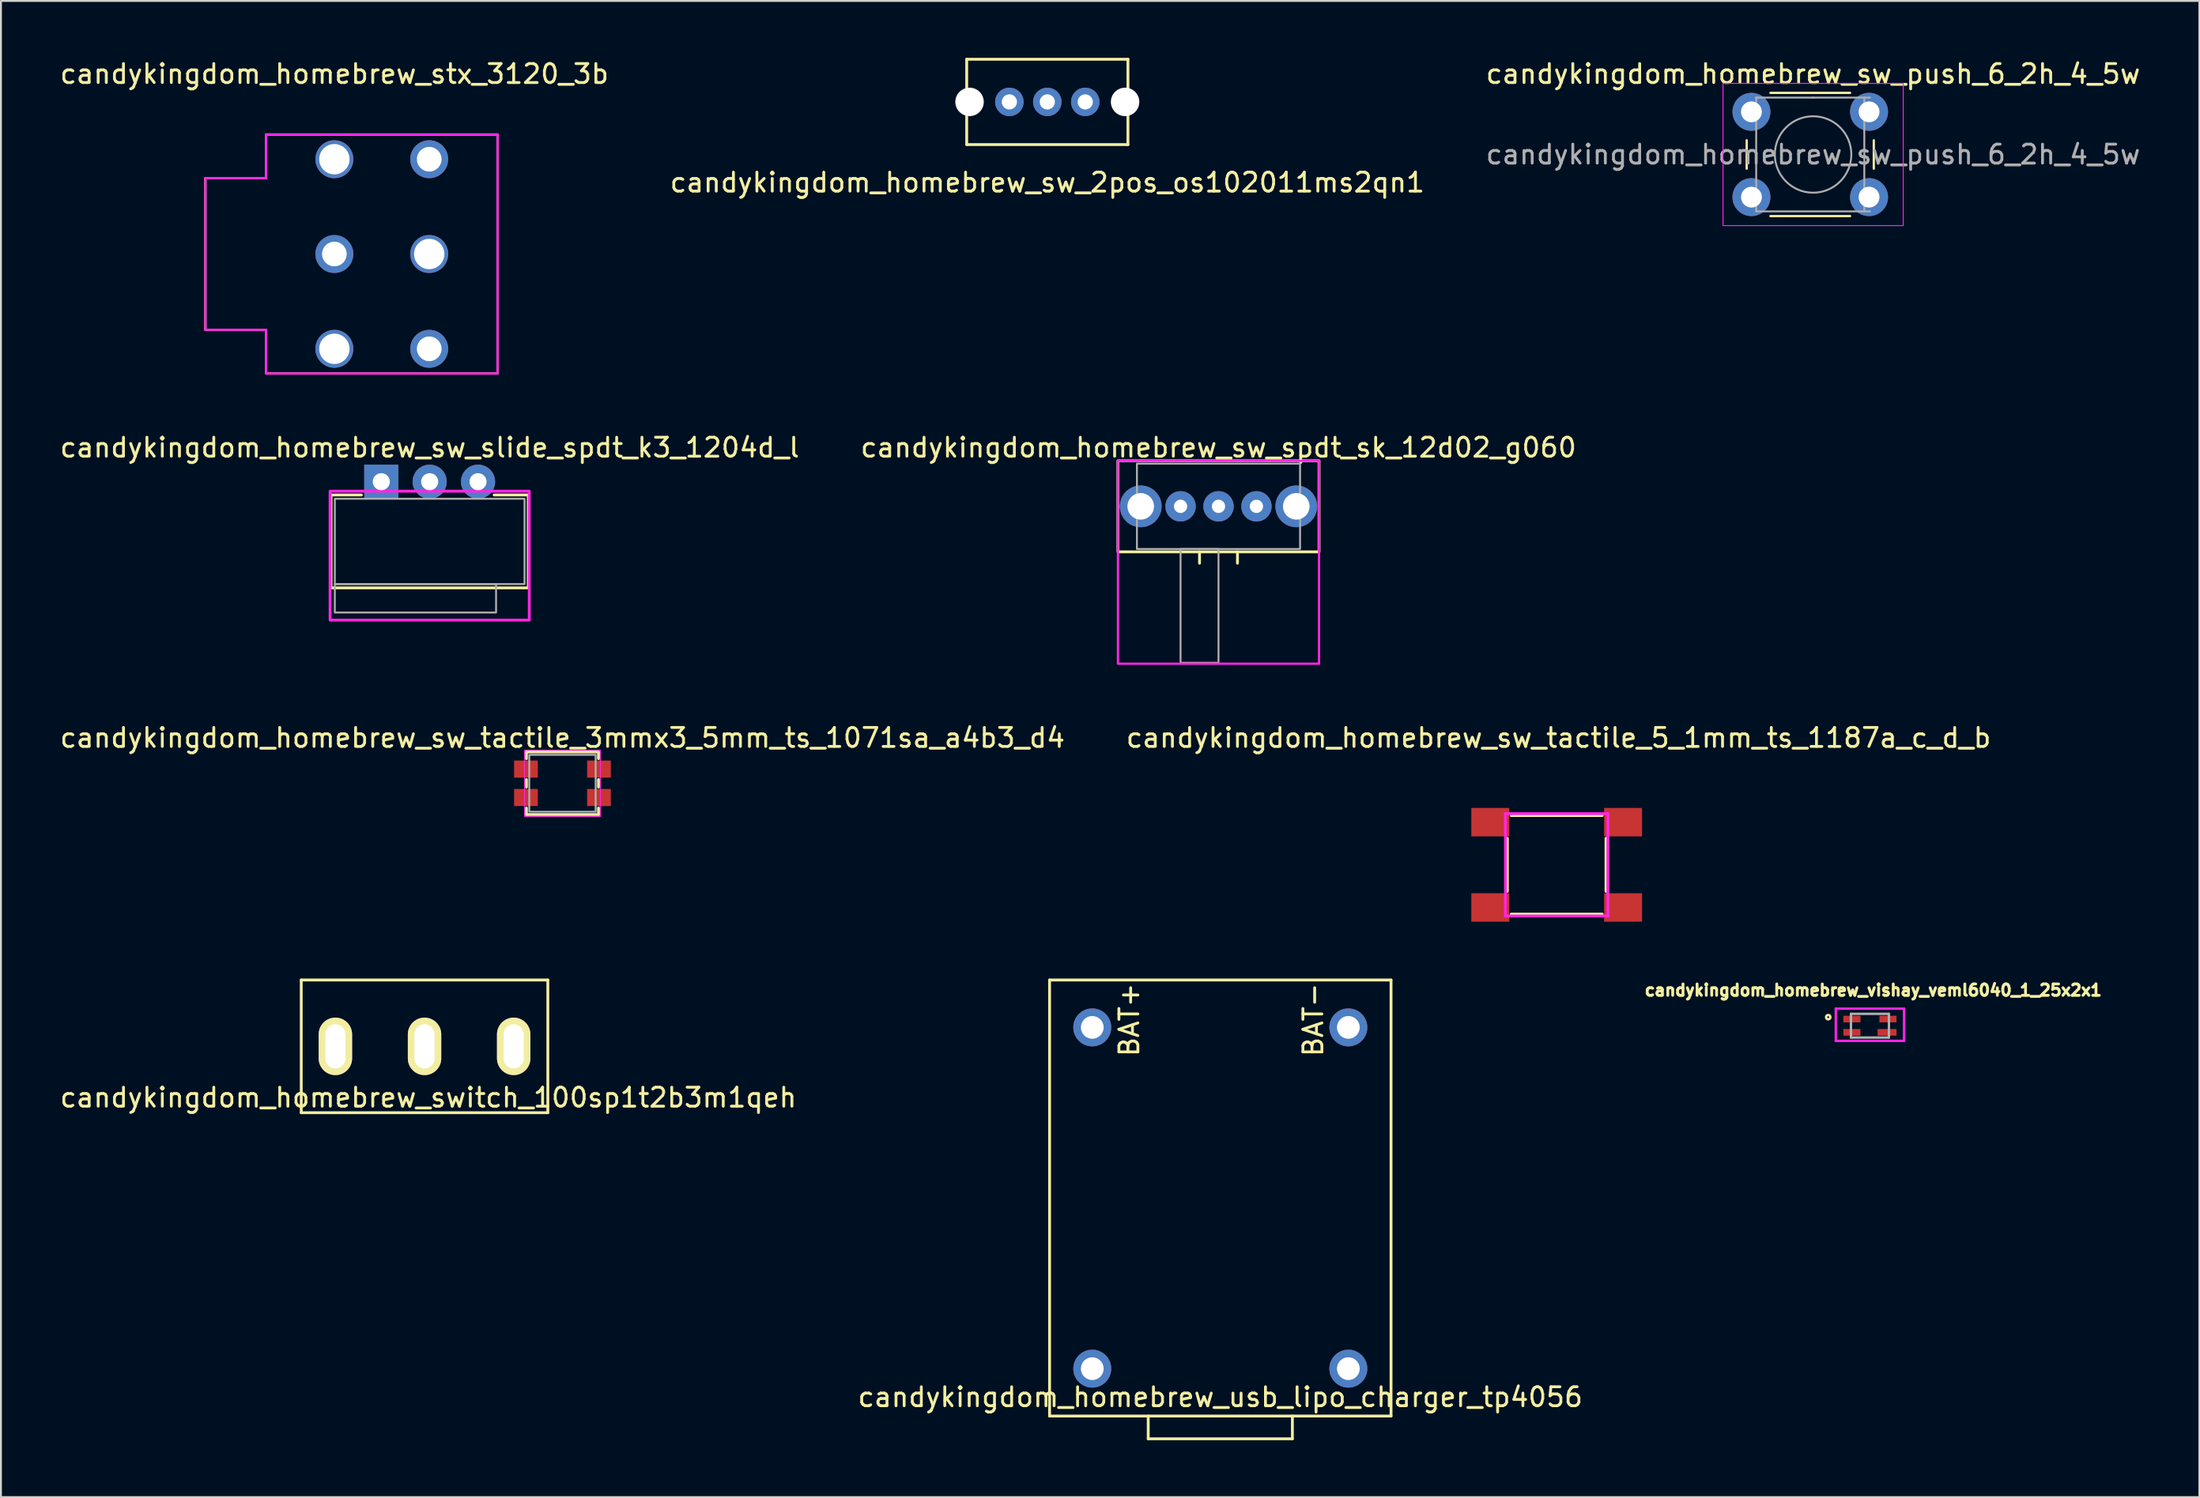
<source format=kicad_pcb>
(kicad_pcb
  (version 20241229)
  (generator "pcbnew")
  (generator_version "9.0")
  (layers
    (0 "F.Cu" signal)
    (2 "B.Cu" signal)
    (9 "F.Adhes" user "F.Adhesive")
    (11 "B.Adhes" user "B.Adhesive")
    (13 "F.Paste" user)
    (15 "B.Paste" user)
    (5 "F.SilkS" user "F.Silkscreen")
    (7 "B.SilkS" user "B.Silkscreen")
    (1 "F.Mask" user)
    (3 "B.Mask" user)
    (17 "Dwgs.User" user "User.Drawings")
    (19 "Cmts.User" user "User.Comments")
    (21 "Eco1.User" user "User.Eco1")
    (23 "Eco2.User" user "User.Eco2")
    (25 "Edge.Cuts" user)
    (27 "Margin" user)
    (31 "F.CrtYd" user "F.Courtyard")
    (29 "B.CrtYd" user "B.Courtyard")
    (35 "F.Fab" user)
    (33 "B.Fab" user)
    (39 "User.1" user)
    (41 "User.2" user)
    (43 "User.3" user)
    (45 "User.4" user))
  (footprint "candykingdom_homebrew_stx_3120_3b"
    (layer "F.Cu")
    (at 14.577 10.348)
    (property "Reference" "candykingdom_homebrew_stx_3120_3b" (at 0 -9.5 0) (layer "F.SilkS") (effects (font (size 1 1) (thickness 0.15))))
    (attr through_hole)
    (fp_line (start -6.8 -4) (end -3.6 -4) (stroke (width 0.12) (type solid)) (layer "F.SilkS"))
    (fp_line (start -6.8 4) (end -6.8 -4) (stroke (width 0.12) (type solid)) (layer "F.SilkS"))
    (fp_line (start -6.8 4) (end -3.6 4) (stroke (width 0.12) (type solid)) (layer "F.SilkS"))
    (fp_line (start -3.6 -6.3) (end 8.6 -6.3) (stroke (width 0.12) (type solid)) (layer "F.SilkS"))
    (fp_line (start -3.6 -4) (end -3.6 -6.3) (stroke (width 0.12) (type solid)) (layer "F.SilkS"))
    (fp_line (start -3.6 4) (end -3.6 6.3) (stroke (width 0.12) (type solid)) (layer "F.SilkS"))
    (fp_line (start -3.6 6.3) (end 8.6 6.3) (stroke (width 0.12) (type solid)) (layer "F.SilkS"))
    (fp_line (start 8.6 -6.3) (end 8.6 6.3) (stroke (width 0.12) (type solid)) (layer "F.SilkS"))
    (fp_line (start -6.8 -4) (end -3.6 -4) (stroke (width 0.12) (type solid)) (layer "F.CrtYd"))
    (fp_line (start -6.8 4) (end -6.8 -4) (stroke (width 0.12) (type solid)) (layer "F.CrtYd"))
    (fp_line (start -6.8 4) (end -3.6 4) (stroke (width 0.12) (type solid)) (layer "F.CrtYd"))
    (fp_line (start -3.6 -6.3) (end 8.6 -6.3) (stroke (width 0.12) (type solid)) (layer "F.CrtYd"))
    (fp_line (start -3.6 -4) (end -3.6 -6.3) (stroke (width 0.12) (type solid)) (layer "F.CrtYd"))
    (fp_line (start -3.6 4) (end -3.6 6.3) (stroke (width 0.12) (type solid)) (layer "F.CrtYd"))
    (fp_line (start -3.6 6.3) (end 8.6 6.3) (stroke (width 0.12) (type solid)) (layer "F.CrtYd"))
    (fp_line (start 8.6 -6.3) (end 8.6 6.3) (stroke (width 0.12) (type solid)) (layer "F.CrtYd"))
    (pad "R" thru_hole circle (at 5 -5) (size 2 2) (drill 1.3) (layers "*.Cu" "*.Mask"))
    (pad "S" thru_hole circle (at 0 0) (size 2 2) (drill 1.3) (layers "*.Cu" "*.Mask"))
    (pad "T" thru_hole circle (at 5 5) (size 2 2) (drill 1.3) (layers "*.Cu" "*.Mask"))
    (pad "~" thru_hole circle (at 0 -5) (size 2 2) (drill 1.6) (layers "*.Cu" "*.Mask"))
    (pad "~" thru_hole circle (at 0 5) (size 2 2) (drill 1.6) (layers "*.Cu" "*.Mask"))
    (pad "~" thru_hole circle (at 5 0) (size 2 2) (drill 1.6) (layers "*.Cu" "*.Mask")))
  (footprint "candykingdom_homebrew_sw_2pos_os102011ms2qn1"
    (layer "F.Cu")
    (at 52.161 2.325)
    (property "Reference" "candykingdom_homebrew_sw_2pos_os102011ms2qn1" (at 0 4.25 0) (layer "F.SilkS") (effects (font (size 1 1) (thickness 0.15))))
    (attr through_hole)
    (fp_line (start -4.25 -2.25) (end -4.25 2.25) (stroke (width 0.15) (type solid)) (layer "F.SilkS"))
    (fp_line (start -4.25 -2.25) (end 4.25 -2.25) (stroke (width 0.15) (type solid)) (layer "F.SilkS"))
    (fp_line (start -4.25 2.25) (end 4.25 2.25) (stroke (width 0.15) (type solid)) (layer "F.SilkS"))
    (fp_line (start 4.25 -2.25) (end 4.25 2.25) (stroke (width 0.15) (type solid)) (layer "F.SilkS"))
    (pad "" np_thru_hole circle (at -4.1 0) (size 1.5 1.5) (drill 1.5) (layers "*.Cu" "*.Mask"))
    (pad "" np_thru_hole circle (at 4.1 0) (size 1.5 1.5) (drill 1.5) (layers "*.Cu" "*.Mask"))
    (pad "1" thru_hole circle (at -2 0) (size 1.5 1.5) (drill 0.8) (layers "*.Cu" "*.Mask"))
    (pad "2" thru_hole circle (at 0 0) (size 1.5 1.5) (drill 0.8) (layers "*.Cu" "*.Mask"))
    (pad "3" thru_hole circle (at 2 0) (size 1.5 1.5) (drill 0.8) (layers "*.Cu" "*.Mask")))
  (footprint "candykingdom_homebrew_sw_slide_spdt_k3_1204d_l"
    (layer "F.Cu")
    (at 19.601 22.357)
    (property "Reference" "candykingdom_homebrew_sw_slide_spdt_k3_1204d_l" (at 0 -1.8 0) (unlocked yes) (layer "F.SilkS") (effects (font (size 1 1) (thickness 0.15))))
    (attr through_hole)
    (fp_line (start -5.2 0.7) (end -5.2 5.6) (stroke (width 0.15) (type default)) (layer "F.SilkS"))
    (fp_line (start -5.2 5.6) (end 5.2 5.6) (stroke (width 0.15) (type default)) (layer "F.SilkS"))
    (fp_line (start -3.6 0.7) (end -5.2 0.7) (stroke (width 0.15) (type default)) (layer "F.SilkS"))
    (fp_line (start 5.2 0.7) (end 3.4 0.7) (stroke (width 0.15) (type default)) (layer "F.SilkS"))
    (fp_line (start 5.2 5.6) (end 5.2 0.7) (stroke (width 0.15) (type default)) (layer "F.SilkS"))
    (fp_rect (start -5.25 0.5) (end 5.25 7.3) (stroke (width 0.15) (type default)) (fill no) (layer "F.CrtYd"))
    (fp_rect (start -5 0.9) (end 5 5.4) (stroke (width 0.1) (type solid)) (fill no) (layer "F.Fab"))
    (fp_rect (start -5 5.4) (end 3.5 6.9) (stroke (width 0.1) (type default)) (fill no) (layer "F.Fab"))
    (pad "1" thru_hole rect (at -2.55 0) (size 1.8 1.8) (drill 0.9) (layers "*.Cu" "*.Mask"))
    (pad "2" thru_hole circle (at 0 0) (size 1.8 1.8) (drill 0.9) (layers "*.Cu" "*.Mask"))
    (pad "3" thru_hole circle (at 2.55 0) (size 1.8 1.8) (drill 0.9) (layers "*.Cu" "*.Mask")))
  (footprint "candykingdom_homebrew_usb_lipo_charger_tp4056"
    (layer "F.Cu")
    (at 61.28 60.14)
    (property "Reference" "candykingdom_homebrew_usb_lipo_charger_tp4056" (at 0 10.5 0) (layer "F.SilkS") (effects (font (size 1 1) (thickness 0.15))))
    (attr through_hole)
    (fp_line (start -9 -11.5) (end -9 11.5) (stroke (width 0.15) (type solid)) (layer "F.SilkS"))
    (fp_line (start -9 11.5) (end 9 11.5) (stroke (width 0.15) (type solid)) (layer "F.SilkS"))
    (fp_line (start -3.8 11.5) (end -3.8 12.7) (stroke (width 0.15) (type solid)) (layer "F.SilkS"))
    (fp_line (start -3.8 12.7) (end 3.8 12.7) (stroke (width 0.15) (type solid)) (layer "F.SilkS"))
    (fp_line (start 3.8 12.7) (end 3.8 11.5) (stroke (width 0.15) (type solid)) (layer "F.SilkS"))
    (fp_line (start 9 -11.5) (end -9 -11.5) (stroke (width 0.15) (type solid)) (layer "F.SilkS"))
    (fp_line (start 9 11.5) (end 9 -11.5) (stroke (width 0.15) (type solid)) (layer "F.SilkS"))
    (fp_text user "BAT+" (at -4.8 -9.4 90) (layer "F.SilkS") (effects (font (size 1 1) (thickness 0.15))))
    (fp_text user "BAT-" (at 4.9 -9.4 90) (layer "F.SilkS") (effects (font (size 1 1) (thickness 0.15))))
    (pad "1" thru_hole circle (at -6.75 -9) (size 2 2) (drill 1.2) (layers "*.Cu" "*.Mask"))
    (pad "2" thru_hole circle (at 6.75 -9) (size 2 2) (drill 1.2) (layers "*.Cu" "*.Mask"))
    (pad "~" thru_hole circle (at -6.75 9) (size 2 2) (drill 1.2) (layers "*.Cu" "*.Mask"))
    (pad "~" thru_hole circle (at 6.75 9) (size 2 2) (drill 1.2) (layers "*.Cu" "*.Mask")))
  (footprint "candykingdom_homebrew_sw_tactile_5_1mm_ts_1187a_c_d_b"
    (layer "F.Cu")
    (at 79.013 42.565)
    (property "Reference" "candykingdom_homebrew_sw_tactile_5_1mm_ts_1187a_c_d_b" (at 0.1 -6.7 0) (layer "F.SilkS") (effects (font (size 1 1) (thickness 0.15))))
    (attr smd)
    (fp_line (start -2.6 1.4) (end -2.6 -1.4) (stroke (width 0.15) (type solid)) (layer "F.SilkS"))
    (fp_line (start -2.4 -2.6) (end 2.4 -2.6) (stroke (width 0.15) (type solid)) (layer "F.SilkS"))
    (fp_line (start 2.4 2.6) (end -2.4 2.6) (stroke (width 0.15) (type solid)) (layer "F.SilkS"))
    (fp_line (start 2.6 -1.4) (end 2.6 1.4) (stroke (width 0.15) (type solid)) (layer "F.SilkS"))
    (fp_line (start -2.7 -2.7) (end 2.7 -2.7) (stroke (width 0.15) (type solid)) (layer "F.CrtYd"))
    (fp_line (start -2.7 2.7) (end -2.7 -2.7) (stroke (width 0.15) (type solid)) (layer "F.CrtYd"))
    (fp_line (start 2.7 -2.7) (end 2.7 2.7) (stroke (width 0.15) (type solid)) (layer "F.CrtYd"))
    (fp_line (start 2.7 2.7) (end -2.7 2.7) (stroke (width 0.15) (type solid)) (layer "F.CrtYd"))
    (pad "1" smd rect (at -3.5 -2.25) (size 2 1.5) (layers "F.Cu" "F.Mask" "F.Paste"))
    (pad "1" smd rect (at 3.5 -2.25) (size 2 1.5) (layers "F.Cu" "F.Mask" "F.Paste"))
    (pad "2" smd rect (at -3.5 2.25) (size 2 1.5) (layers "F.Cu" "F.Mask" "F.Paste"))
    (pad "2" smd rect (at 3.5 2.25) (size 2 1.5) (layers "F.Cu" "F.Mask" "F.Paste")))
  (footprint "candykingdom_homebrew_vishay_veml6040_1_25x2x1"
    (layer "F.Cu")
    (at 95.527 51.051)
    (property "Reference" "candykingdom_homebrew_vishay_veml6040_1_25x2x1" (at 0.173 -1.872 0) (layer "F.SilkS") (effects (font (size 0.6 0.6) (thickness 0.15))))
    (attr smd)
    (fp_circle (center -2.2 -0.45) (end -2.15 -0.45) (stroke (width 0.127) (type solid)) (fill no) (layer "F.SilkS"))
    (fp_line (start -1.8 -0.9) (end 1.8 -0.9) (stroke (width 0.127) (type solid)) (layer "F.CrtYd"))
    (fp_line (start -1.8 0.8) (end -1.8 -0.9) (stroke (width 0.127) (type solid)) (layer "F.CrtYd"))
    (fp_line (start 1.8 -0.9) (end 1.8 0.8) (stroke (width 0.127) (type solid)) (layer "F.CrtYd"))
    (fp_line (start 1.8 0.8) (end -1.8 0.8) (stroke (width 0.127) (type solid)) (layer "F.CrtYd"))
    (fp_line (start -1 -0.625) (end 1 -0.625) (stroke (width 0.127) (type solid)) (layer "F.Fab"))
    (fp_line (start -1 0.625) (end -1 -0.625) (stroke (width 0.127) (type solid)) (layer "F.Fab"))
    (fp_line (start 1 -0.625) (end 1 0.625) (stroke (width 0.127) (type solid)) (layer "F.Fab"))
    (fp_line (start 1 0.625) (end -1 0.625) (stroke (width 0.127) (type solid)) (layer "F.Fab"))
    (pad "1" smd rect (at -0.95 -0.35) (size 0.9 0.35) (layers "F.Cu" "F.Mask" "F.Paste"))
    (pad "2" smd rect (at -0.95 0.35) (size 0.9 0.35) (layers "F.Cu" "F.Mask" "F.Paste"))
    (pad "3" smd rect (at 0.9 0.35 270) (size 0.35 1) (layers "F.Cu" "F.Mask" "F.Paste"))
    (pad "4" smd rect (at 0.95 -0.35) (size 0.9 0.35) (layers "F.Cu" "F.Mask" "F.Paste")))
  (footprint "candykingdom_homebrew_sw_push_6_2h_4_5w"
    (layer "F.Cu")
    (at 89.28 2.848)
    (property "Reference" "candykingdom_homebrew_sw_push_6_2h_4_5w" (at 3.25 -2 0) (layer "F.SilkS") (effects (font (size 1 1) (thickness 0.15))))
    (attr through_hole)
    (fp_line (start -0.25 1.5) (end -0.25 3) (stroke (width 0.12) (type solid)) (layer "F.SilkS"))
    (fp_line (start 1 5.5) (end 5.2 5.5) (stroke (width 0.12) (type solid)) (layer "F.SilkS"))
    (fp_line (start 5.2 -1) (end 1 -1) (stroke (width 0.12) (type solid)) (layer "F.SilkS"))
    (fp_line (start 6.45 3) (end 6.45 1.5) (stroke (width 0.12) (type solid)) (layer "F.SilkS"))
    (fp_line (start -1.5 -1.5) (end -1.25 -1.5) (stroke (width 0.05) (type solid)) (layer "F.CrtYd"))
    (fp_line (start -1.5 -1.25) (end -1.5 -1.5) (stroke (width 0.05) (type solid)) (layer "F.CrtYd"))
    (fp_line (start -1.5 5.75) (end -1.5 -1.25) (stroke (width 0.05) (type solid)) (layer "F.CrtYd"))
    (fp_line (start -1.5 5.75) (end -1.5 6) (stroke (width 0.05) (type solid)) (layer "F.CrtYd"))
    (fp_line (start -1.5 6) (end -1.25 6) (stroke (width 0.05) (type solid)) (layer "F.CrtYd"))
    (fp_line (start -1.25 -1.5) (end 7.75 -1.5) (stroke (width 0.05) (type solid)) (layer "F.CrtYd"))
    (fp_line (start 7.75 -1.5) (end 8 -1.5) (stroke (width 0.05) (type solid)) (layer "F.CrtYd"))
    (fp_line (start 7.75 6) (end -1.25 6) (stroke (width 0.05) (type solid)) (layer "F.CrtYd"))
    (fp_line (start 7.75 6) (end 8 6) (stroke (width 0.05) (type solid)) (layer "F.CrtYd"))
    (fp_line (start 8 -1.5) (end 8 -1.25) (stroke (width 0.05) (type solid)) (layer "F.CrtYd"))
    (fp_line (start 8 -1.25) (end 8 5.75) (stroke (width 0.05) (type solid)) (layer "F.CrtYd"))
    (fp_line (start 8 6) (end 8 5.75) (stroke (width 0.05) (type solid)) (layer "F.CrtYd"))
    (fp_line (start 0.25 -0.75) (end 3.25 -0.75) (stroke (width 0.1) (type solid)) (layer "F.Fab"))
    (fp_line (start 0.25 5.25) (end 0.25 -0.75) (stroke (width 0.1) (type solid)) (layer "F.Fab"))
    (fp_line (start 3.25 -0.75) (end 6.25 -0.75) (stroke (width 0.1) (type solid)) (layer "F.Fab"))
    (fp_line (start 5.95 -0.75) (end 5.95 5.25) (stroke (width 0.1) (type solid)) (layer "F.Fab"))
    (fp_line (start 6.25 5.25) (end 0.25 5.25) (stroke (width 0.1) (type solid)) (layer "F.Fab"))
    (fp_circle (center 3.25 2.25) (end 1.25 2.5) (stroke (width 0.1) (type solid)) (fill no) (layer "F.Fab"))
    (fp_text user "${REFERENCE}" (at 3.25 2.25 0) (layer "F.Fab") (effects (font (size 1 1) (thickness 0.15))))
    (pad "1" thru_hole circle (at 0 0 90) (size 2 2) (drill 1.1) (layers "*.Cu" "*.Mask"))
    (pad "1" thru_hole circle (at 6.2 0 90) (size 2 2) (drill 1.1) (layers "*.Cu" "*.Mask"))
    (pad "2" thru_hole circle (at 0 4.5 90) (size 2 2) (drill 1.1) (layers "*.Cu" "*.Mask"))
    (pad "2" thru_hole circle (at 6.2 4.5 90) (size 2 2) (drill 1.1) (layers "*.Cu" "*.Mask")))
  (footprint "candykingdom_homebrew_switch_100sp1t2b3m1qeh"
    (layer "F.Cu")
    (at 19.33 52.14)
    (property "Reference" "candykingdom_homebrew_switch_100sp1t2b3m1qeh" (at 0.2 2.7 0) (layer "F.SilkS") (effects (font (size 1 1) (thickness 0.15))))
    (attr through_hole)
    (fp_line (start -6.5 -3.5) (end 6.5 -3.5) (stroke (width 0.15) (type solid)) (layer "F.SilkS"))
    (fp_line (start -6.5 3.5) (end -6.5 -3.5) (stroke (width 0.15) (type solid)) (layer "F.SilkS"))
    (fp_line (start 6.5 -3.5) (end 6.5 3.5) (stroke (width 0.15) (type solid)) (layer "F.SilkS"))
    (fp_line (start 6.5 3.5) (end -6.5 3.5) (stroke (width 0.15) (type solid)) (layer "F.SilkS"))
    (pad "1" thru_hole oval (at -4.7 0) (size 1.76 3.03) (drill oval 1.06 2.33) (layers "*.Cu" "*.Mask" "F.SilkS"))
    (pad "2" thru_hole oval (at 0 0) (size 1.76 3.03) (drill oval 1.06 2.33) (layers "*.Cu" "*.Mask" "F.SilkS"))
    (pad "3" thru_hole oval (at 4.7 0) (size 1.76 3.03) (drill oval 1.06 2.33) (layers "*.Cu" "*.Mask" "F.SilkS")))
  (footprint "candykingdom_homebrew_sw_spdt_sk_12d02_g060"
    (layer "F.Cu")
    (at 61.185 23.657)
    (property "Reference" "candykingdom_homebrew_sw_spdt_sk_12d02_g060" (at 0 -3.1 0) (unlocked yes) (layer "F.SilkS") (effects (font (size 1 1) (thickness 0.15))))
    (attr through_hole)
    (fp_line (start -1 2.4) (end -1 3) (stroke (width 0.15) (type default)) (layer "F.SilkS"))
    (fp_line (start 1 2.4) (end 1 3) (stroke (width 0.15) (type default)) (layer "F.SilkS"))
    (fp_rect (start -5.3 -2.4) (end 5.3 2.4) (stroke (width 0.15) (type default)) (fill no) (layer "F.SilkS"))
    (fp_rect (start -5.3 -2.4) (end 5.3 8.3) (stroke (width 0.12) (type default)) (fill no) (layer "F.CrtYd"))
    (fp_rect (start -4.3 -2.25) (end 4.3 2.25) (stroke (width 0.1) (type default)) (fill no) (layer "F.Fab"))
    (fp_rect (start -2 2.25) (end 0 8.25) (stroke (width 0.1) (type default)) (fill no) (layer "F.Fab"))
    (pad "1" thru_hole circle (at -2 0) (size 1.6 1.6) (drill 0.7) (layers "*.Cu" "*.Mask"))
    (pad "2" thru_hole circle (at 0 0) (size 1.6 1.6) (drill 0.7) (layers "*.Cu" "*.Mask"))
    (pad "3" thru_hole circle (at 2 0) (size 1.6 1.6) (drill 0.7) (layers "*.Cu" "*.Mask"))
    (pad "~" thru_hole circle (at -4.1 0) (size 2.2 2.2) (drill 1.4) (layers "*.Cu" "*.Mask"))
    (pad "~" thru_hole circle (at 4.1 0) (size 2.2 2.2) (drill 1.4) (layers "*.Cu" "*.Mask")))
  (footprint "candykingdom_homebrew_sw_tactile_3mmx3_5mm_ts_1071sa_a4b3_d4"
    (layer "F.Cu")
    (at 26.601 38.265)
    (property "Reference" "candykingdom_homebrew_sw_tactile_3mmx3_5mm_ts_1071sa_a4b3_d4" (at 0 -2.4 0) (unlocked yes) (layer "F.SilkS") (effects (font (size 1 1) (thickness 0.15))))
    (attr smd)
    (fp_line (start -1.9 -1.65) (end -1.9 -1.3) (stroke (width 0.15) (type default)) (layer "F.SilkS"))
    (fp_line (start -1.9 -1.65) (end 1.9 -1.65) (stroke (width 0.15) (type default)) (layer "F.SilkS"))
    (fp_line (start -1.9 -0.2) (end -1.9 0.2) (stroke (width 0.15) (type default)) (layer "F.SilkS"))
    (fp_line (start -1.9 1.3) (end -1.9 1.65) (stroke (width 0.15) (type default)) (layer "F.SilkS"))
    (fp_line (start -1.9 1.65) (end 1.9 1.65) (stroke (width 0.15) (type default)) (layer "F.SilkS"))
    (fp_line (start 1.9 -1.3) (end 1.9 -1.65) (stroke (width 0.15) (type default)) (layer "F.SilkS"))
    (fp_line (start 1.9 -0.2) (end 1.9 0.2) (stroke (width 0.15) (type default)) (layer "F.SilkS"))
    (fp_line (start 1.9 1.65) (end 1.9 1.3) (stroke (width 0.15) (type default)) (layer "F.SilkS"))
    (fp_rect (start -2 -1.75) (end 2 1.75) (stroke (width 0.05) (type default)) (fill no) (layer "F.CrtYd"))
    (fp_rect (start -1.75 -1.5) (end 1.75 1.5) (stroke (width 0.1) (type default)) (fill no) (layer "F.Fab"))
    (pad "1" smd rect (at -1.925 -0.75) (size 1.25 0.9) (layers "F.Cu" "F.Mask" "F.Paste"))
    (pad "1" smd rect (at 1.925 -0.75) (size 1.25 0.9) (layers "F.Cu" "F.Mask" "F.Paste"))
    (pad "2" smd rect (at -1.925 0.75) (size 1.25 0.9) (layers "F.Cu" "F.Mask" "F.Paste"))
    (pad "2" smd rect (at 1.925 0.75) (size 1.25 0.9) (layers "F.Cu" "F.Mask" "F.Paste")))
  (gr_rect
    (start -3 -3)
    (end 112.893 75.915)
    (stroke (width 0.1) (type default))
    (fill no)
    (layer "Edge.Cuts")))
</source>
